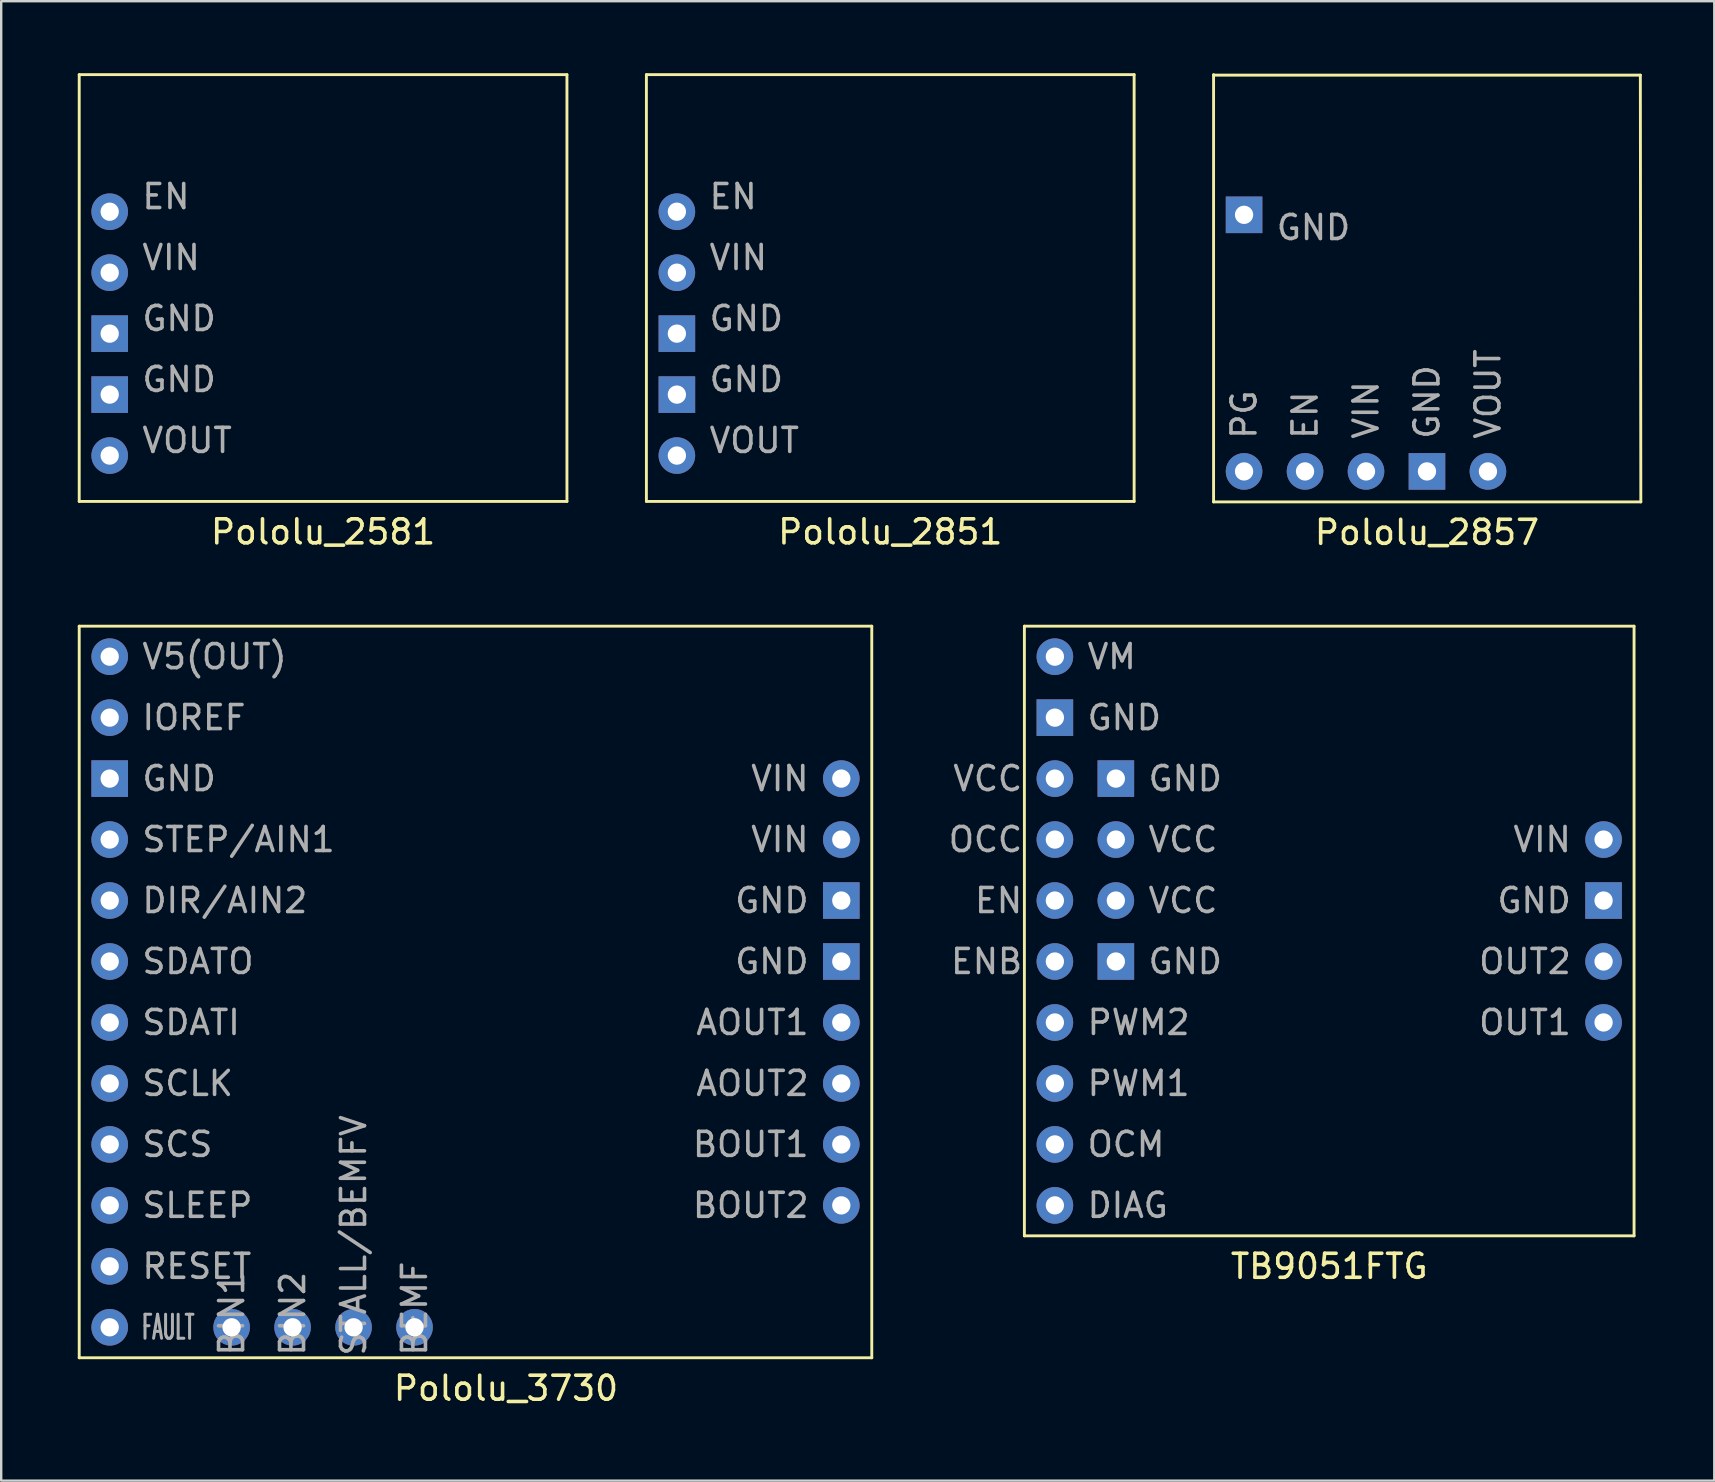
<source format=kicad_pcb>
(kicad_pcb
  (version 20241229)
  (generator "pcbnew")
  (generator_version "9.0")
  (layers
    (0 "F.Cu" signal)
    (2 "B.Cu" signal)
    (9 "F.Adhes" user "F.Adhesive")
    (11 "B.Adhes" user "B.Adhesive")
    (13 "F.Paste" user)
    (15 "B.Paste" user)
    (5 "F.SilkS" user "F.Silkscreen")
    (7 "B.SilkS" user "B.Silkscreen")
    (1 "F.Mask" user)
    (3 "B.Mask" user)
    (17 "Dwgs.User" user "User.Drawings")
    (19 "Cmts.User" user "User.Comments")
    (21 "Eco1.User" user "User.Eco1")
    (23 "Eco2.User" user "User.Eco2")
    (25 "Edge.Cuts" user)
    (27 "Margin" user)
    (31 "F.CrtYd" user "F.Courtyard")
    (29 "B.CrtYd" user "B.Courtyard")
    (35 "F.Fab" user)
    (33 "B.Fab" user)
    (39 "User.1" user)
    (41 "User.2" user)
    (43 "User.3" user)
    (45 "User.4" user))
  (footprint "Pololu_3730"
    (layer "F.Cu")
    (at 0.25 53.518)
    (property "Reference" "Pololu_3730" (at 17.78 1.27 0) (layer "F.SilkS") (effects (font (size 1 1) (thickness 0.15))))
    (attr through_hole)
    (fp_line (start 0 -30.48) (end 33.02 -30.48) (stroke (width 0.12) (type solid)) (layer "F.SilkS"))
    (fp_line (start 0 0) (end 0 -30.48) (stroke (width 0.12) (type solid)) (layer "F.SilkS"))
    (fp_line (start 33.02 -30.48) (end 33.02 0) (stroke (width 0.12) (type solid)) (layer "F.SilkS"))
    (fp_line (start 33.02 0) (end 0 0) (stroke (width 0.12) (type solid)) (layer "F.SilkS"))
    (fp_text user "IOREF" (at 2.54 -26.67 0) (layer "F.Fab") (effects (font (size 1 1) (thickness 0.15)) (justify left)))
    (fp_text user "GND" (at 30.48 -16.51 0) (layer "F.Fab") (effects (font (size 1 1) (thickness 0.15)) (justify right)))
    (fp_text user "DIR/AIN2" (at 2.54 -19.05 0) (layer "F.Fab") (effects (font (size 1 1) (thickness 0.15)) (justify left)))
    (fp_text user "AOUT2" (at 30.48 -11.43 0) (layer "F.Fab") (effects (font (size 1 1) (thickness 0.15)) (justify right)))
    (fp_text user "BIN1" (at 6.35 0 270) (layer "F.Fab") (effects (font (size 1 1) (thickness 0.15)) (justify left)))
    (fp_text user "VIN" (at 30.48 -21.59 0) (layer "F.Fab") (effects (font (size 1 1) (thickness 0.15)) (justify right)))
    (fp_text user "SCS" (at 2.54 -8.89 0) (layer "F.Fab") (effects (font (size 1 1) (thickness 0.15)) (justify left)))
    (fp_text user "BOUT1" (at 30.48 -8.89 0) (layer "F.Fab") (effects (font (size 1 1) (thickness 0.15)) (justify right)))
    (fp_text user "V5(OUT)" (at 2.54 -29.21 0) (layer "F.Fab") (effects (font (size 1 1) (thickness 0.15)) (justify left)))
    (fp_text user "SCLK" (at 2.54 -11.43 0) (layer "F.Fab") (effects (font (size 1 1) (thickness 0.15)) (justify left)))
    (fp_text user "STALL/BEMFV" (at 11.43 0 270) (layer "F.Fab") (effects (font (size 1 1) (thickness 0.15)) (justify left)))
    (fp_text user "GND" (at 2.54 -24.13 0) (layer "F.Fab") (effects (font (size 1 1) (thickness 0.15)) (justify left)))
    (fp_text user "BOUT2" (at 30.48 -6.35 0) (layer "F.Fab") (effects (font (size 1 1) (thickness 0.15)) (justify right)))
    (fp_text user "SDATI" (at 2.54 -13.97 0) (layer "F.Fab") (effects (font (size 1 1) (thickness 0.15)) (justify left)))
    (fp_text user "BIN2" (at 8.89 0 270) (layer "F.Fab") (effects (font (size 1 1) (thickness 0.15)) (justify left)))
    (fp_text user "AOUT1" (at 30.48 -13.97 0) (layer "F.Fab") (effects (font (size 1 1) (thickness 0.15)) (justify right)))
    (fp_text user "STEP/AIN1" (at 2.54 -21.59 0) (layer "F.Fab") (effects (font (size 1 1) (thickness 0.15)) (justify left)))
    (fp_text user "BEMF" (at 13.97 0 270) (layer "F.Fab") (effects (font (size 1 1) (thickness 0.15)) (justify left)))
    (fp_text user "SDATO" (at 2.54 -16.51 0) (layer "F.Fab") (effects (font (size 1 1) (thickness 0.15)) (justify left)))
    (fp_text user "VIN" (at 30.48 -24.13 0) (layer "F.Fab") (effects (font (size 1 1) (thickness 0.15)) (justify right)))
    (fp_text user "FAULT" (at 2.54 -1.27 0) (layer "F.Fab") (effects (font (size 1 0.5) (thickness 0.125)) (justify left)))
    (fp_text user "RESET" (at 2.54 -3.81 0) (layer "F.Fab") (effects (font (size 1 1) (thickness 0.15)) (justify left)))
    (fp_text user "GND" (at 30.48 -19.05 0) (layer "F.Fab") (effects (font (size 1 1) (thickness 0.15)) (justify right)))
    (fp_text user "SLEEP" (at 2.54 -6.35 0) (layer "F.Fab") (effects (font (size 1 1) (thickness 0.15)) (justify left)))
    (pad "1" thru_hole circle (at 1.27 -29.21) (size 1.524 1.524) (drill 0.762) (layers "*.Cu" "*.Mask"))
    (pad "2" thru_hole circle (at 1.27 -26.67) (size 1.524 1.524) (drill 0.762) (layers "*.Cu" "*.Mask"))
    (pad "3" thru_hole rect (at 1.27 -24.13) (size 1.524 1.524) (drill 0.762) (layers "*.Cu" "*.Mask"))
    (pad "4" thru_hole circle (at 1.27 -21.59) (size 1.524 1.524) (drill 0.762) (layers "*.Cu" "*.Mask"))
    (pad "5" thru_hole circle (at 1.27 -19.05) (size 1.524 1.524) (drill 0.762) (layers "*.Cu" "*.Mask"))
    (pad "6" thru_hole circle (at 1.27 -16.51) (size 1.524 1.524) (drill 0.762) (layers "*.Cu" "*.Mask"))
    (pad "7" thru_hole circle (at 1.27 -13.97) (size 1.524 1.524) (drill 0.762) (layers "*.Cu" "*.Mask"))
    (pad "8" thru_hole circle (at 1.27 -11.43) (size 1.524 1.524) (drill 0.762) (layers "*.Cu" "*.Mask"))
    (pad "9" thru_hole circle (at 1.27 -8.89) (size 1.524 1.524) (drill 0.762) (layers "*.Cu" "*.Mask"))
    (pad "10" thru_hole circle (at 1.27 -6.35) (size 1.524 1.524) (drill 0.762) (layers "*.Cu" "*.Mask"))
    (pad "11" thru_hole circle (at 1.27 -3.81) (size 1.524 1.524) (drill 0.762) (layers "*.Cu" "*.Mask"))
    (pad "12" thru_hole circle (at 1.27 -1.27) (size 1.524 1.524) (drill 0.762) (layers "*.Cu" "*.Mask"))
    (pad "13" thru_hole circle (at 6.35 -1.27) (size 1.524 1.524) (drill 0.762) (layers "*.Cu" "*.Mask"))
    (pad "14" thru_hole circle (at 8.89 -1.27) (size 1.524 1.524) (drill 0.762) (layers "*.Cu" "*.Mask"))
    (pad "15" thru_hole circle (at 11.43 -1.27) (size 1.524 1.524) (drill 0.762) (layers "*.Cu" "*.Mask"))
    (pad "16" thru_hole circle (at 13.97 -1.27) (size 1.524 1.524) (drill 0.762) (layers "*.Cu" "*.Mask"))
    (pad "17" thru_hole circle (at 31.75 -6.35) (size 1.524 1.524) (drill 0.762) (layers "*.Cu" "*.Mask"))
    (pad "18" thru_hole circle (at 31.75 -8.89) (size 1.524 1.524) (drill 0.762) (layers "*.Cu" "*.Mask"))
    (pad "19" thru_hole circle (at 31.75 -11.43) (size 1.524 1.524) (drill 0.762) (layers "*.Cu" "*.Mask"))
    (pad "20" thru_hole circle (at 31.75 -13.97) (size 1.524 1.524) (drill 0.762) (layers "*.Cu" "*.Mask"))
    (pad "21" thru_hole rect (at 31.75 -16.51) (size 1.524 1.524) (drill 0.762) (layers "*.Cu" "*.Mask"))
    (pad "22" thru_hole rect (at 31.75 -19.05) (size 1.524 1.524) (drill 0.762) (layers "*.Cu" "*.Mask"))
    (pad "23" thru_hole circle (at 31.75 -21.59) (size 1.524 1.524) (drill 0.762) (layers "*.Cu" "*.Mask"))
    (pad "24" thru_hole circle (at 31.75 -24.13) (size 1.524 1.524) (drill 0.762) (layers "*.Cu" "*.Mask")))
  (footprint "TB9051FTG"
    (layer "F.Cu")
    (at 39.628 48.438)
    (property "Reference" "TB9051FTG" (at 12.7 1.27 0) (layer "F.SilkS") (effects (font (size 1 1) (thickness 0.15))))
    (attr through_hole)
    (fp_line (start 0 -25.4) (end 0 0) (stroke (width 0.12) (type solid)) (layer "F.SilkS"))
    (fp_line (start 0 0) (end 25.4 0) (stroke (width 0.12) (type solid)) (layer "F.SilkS"))
    (fp_line (start 25.4 -25.4) (end 0 -25.4) (stroke (width 0.12) (type solid)) (layer "F.SilkS"))
    (fp_line (start 25.4 0) (end 25.4 -25.4) (stroke (width 0.12) (type solid)) (layer "F.SilkS"))
    (fp_text user "VCC" (at 0 -19.05 0) (layer "F.Fab") (effects (font (size 1 1) (thickness 0.15)) (justify right)))
    (fp_text user "OCC" (at 0 -16.51 0) (layer "F.Fab") (effects (font (size 1 1) (thickness 0.15)) (justify right)))
    (fp_text user "PWM2" (at 2.54 -8.89 0) (layer "F.Fab") (effects (font (size 1 1) (thickness 0.15)) (justify left)))
    (fp_text user "DIAG" (at 2.54 -1.27 0) (layer "F.Fab") (effects (font (size 1 1) (thickness 0.15)) (justify left)))
    (fp_text user "VIN" (at 22.86 -16.51 0) (layer "F.Fab") (effects (font (size 1 1) (thickness 0.15)) (justify right)))
    (fp_text user "OCM" (at 2.54 -3.81 0) (layer "F.Fab") (effects (font (size 1 1) (thickness 0.15)) (justify left)))
    (fp_text user "GND" (at 5.08 -11.43 0) (layer "F.Fab") (effects (font (size 1 1) (thickness 0.15)) (justify left)))
    (fp_text user "GND" (at 22.86 -13.97 0) (layer "F.Fab") (effects (font (size 1 1) (thickness 0.15)) (justify right)))
    (fp_text user "PWM1" (at 2.54 -6.35 0) (layer "F.Fab") (effects (font (size 1 1) (thickness 0.15)) (justify left)))
    (fp_text user "GND" (at 5.08 -19.05 0) (layer "F.Fab") (effects (font (size 1 1) (thickness 0.15)) (justify left)))
    (fp_text user "GND" (at 2.54 -21.59 0) (layer "F.Fab") (effects (font (size 1 1) (thickness 0.15)) (justify left)))
    (fp_text user "VM" (at 2.54 -24.13 0) (layer "F.Fab") (effects (font (size 1 1) (thickness 0.15)) (justify left)))
    (fp_text user "OUT2" (at 22.86 -11.43 0) (layer "F.Fab") (effects (font (size 1 1) (thickness 0.15)) (justify right)))
    (fp_text user "EN" (at 0 -13.97 0) (layer "F.Fab") (effects (font (size 1 1) (thickness 0.15)) (justify right)))
    (fp_text user "VCC" (at 5.08 -16.51 0) (layer "F.Fab") (effects (font (size 1 1) (thickness 0.15)) (justify left)))
    (fp_text user "VCC" (at 5.08 -13.97 0) (layer "F.Fab") (effects (font (size 1 1) (thickness 0.15)) (justify left)))
    (fp_text user "ENB" (at 0 -11.43 0) (layer "F.Fab") (effects (font (size 1 1) (thickness 0.15)) (justify right)))
    (fp_text user "OUT1" (at 22.86 -8.89 0) (layer "F.Fab") (effects (font (size 1 1) (thickness 0.15)) (justify right)))
    (pad "1" thru_hole circle (at 1.27 -24.13) (size 1.524 1.524) (drill 0.762) (layers "*.Cu" "*.Mask"))
    (pad "2" thru_hole rect (at 1.27 -21.59) (size 1.524 1.524) (drill 0.762) (layers "*.Cu" "*.Mask"))
    (pad "3" thru_hole circle (at 1.27 -19.05) (size 1.524 1.524) (drill 0.762) (layers "*.Cu" "*.Mask"))
    (pad "4" thru_hole circle (at 1.27 -16.51) (size 1.524 1.524) (drill 0.762) (layers "*.Cu" "*.Mask"))
    (pad "5" thru_hole circle (at 1.27 -13.97) (size 1.524 1.524) (drill 0.762) (layers "*.Cu" "*.Mask"))
    (pad "6" thru_hole circle (at 1.27 -11.43) (size 1.524 1.524) (drill 0.762) (layers "*.Cu" "*.Mask"))
    (pad "7" thru_hole circle (at 1.27 -8.89) (size 1.524 1.524) (drill 0.762) (layers "*.Cu" "*.Mask"))
    (pad "8" thru_hole circle (at 1.27 -6.35) (size 1.524 1.524) (drill 0.762) (layers "*.Cu" "*.Mask"))
    (pad "9" thru_hole circle (at 1.27 -3.81) (size 1.524 1.524) (drill 0.762) (layers "*.Cu" "*.Mask"))
    (pad "10" thru_hole circle (at 1.27 -1.27) (size 1.524 1.524) (drill 0.762) (layers "*.Cu" "*.Mask"))
    (pad "11" thru_hole rect (at 3.81 -19.05) (size 1.524 1.524) (drill 0.762) (layers "*.Cu" "*.Mask"))
    (pad "12" thru_hole circle (at 3.81 -16.51) (size 1.524 1.524) (drill 0.762) (layers "*.Cu" "*.Mask"))
    (pad "13" thru_hole circle (at 3.81 -13.97) (size 1.524 1.524) (drill 0.762) (layers "*.Cu" "*.Mask"))
    (pad "14" thru_hole rect (at 3.81 -11.43) (size 1.524 1.524) (drill 0.762) (layers "*.Cu" "*.Mask"))
    (pad "15" thru_hole circle (at 24.13 -16.51) (size 1.524 1.524) (drill 0.762) (layers "*.Cu" "*.Mask"))
    (pad "16" thru_hole rect (at 24.13 -13.97) (size 1.524 1.524) (drill 0.762) (layers "*.Cu" "*.Mask"))
    (pad "17" thru_hole circle (at 24.13 -11.43) (size 1.524 1.524) (drill 0.762) (layers "*.Cu" "*.Mask"))
    (pad "18" thru_hole circle (at 24.13 -8.89) (size 1.524 1.524) (drill 0.762) (layers "*.Cu" "*.Mask")))
  (footprint "Pololu_2851"
    (layer "F.Cu")
    (at 23.88 17.84)
    (property "Reference" "Pololu_2851" (at 10.16 1.27 0) (layer "F.SilkS") (effects (font (size 1 1) (thickness 0.15))))
    (attr through_hole)
    (fp_line (start 0 -17.78) (end 0 0) (stroke (width 0.12) (type solid)) (layer "F.SilkS"))
    (fp_line (start 0 0) (end 20.32 0) (stroke (width 0.12) (type solid)) (layer "F.SilkS"))
    (fp_line (start 20.32 -17.78) (end 0 -17.78) (stroke (width 0.12) (type solid)) (layer "F.SilkS"))
    (fp_line (start 20.32 0) (end 20.32 -17.78) (stroke (width 0.12) (type solid)) (layer "F.SilkS"))
    (fp_text user "GND" (at 2.54 -7.62 0) (layer "F.Fab") (effects (font (size 1 1) (thickness 0.15)) (justify left)))
    (fp_text user "GND" (at 2.54 -5.08 0) (layer "F.Fab") (effects (font (size 1 1) (thickness 0.15)) (justify left)))
    (fp_text user "VOUT" (at 2.54 -2.54 0) (layer "F.Fab") (effects (font (size 1 1) (thickness 0.15)) (justify left)))
    (fp_text user "EN" (at 2.54 -12.7 0) (layer "F.Fab") (effects (font (size 1 1) (thickness 0.15)) (justify left)))
    (fp_text user "VIN" (at 2.54 -10.16 0) (layer "F.Fab") (effects (font (size 1 1) (thickness 0.15)) (justify left)))
    (pad "1" thru_hole circle (at 1.27 -12.07) (size 1.524 1.524) (drill 0.762) (layers "*.Cu" "*.Mask"))
    (pad "2" thru_hole circle (at 1.27 -9.53) (size 1.524 1.524) (drill 0.762) (layers "*.Cu" "*.Mask"))
    (pad "3" thru_hole rect (at 1.27 -6.99) (size 1.524 1.524) (drill 0.762) (layers "*.Cu" "*.Mask"))
    (pad "4" thru_hole rect (at 1.27 -4.45) (size 1.524 1.524) (drill 0.762) (layers "*.Cu" "*.Mask"))
    (pad "5" thru_hole circle (at 1.27 -1.91) (size 1.524 1.524) (drill 0.762) (layers "*.Cu" "*.Mask")))
  (footprint "Pololu_2857"
    (layer "F.Cu")
    (at 47.51 17.86)
    (property "Reference" "Pololu_2857" (at 8.89 1.27 0) (layer "F.SilkS") (effects (font (size 1 1) (thickness 0.15))))
    (attr through_hole)
    (fp_line (start 0 -17.78) (end 17.78 -17.78) (stroke (width 0.12) (type solid)) (layer "F.SilkS"))
    (fp_line (start 0 0) (end 0 -17.8) (stroke (width 0.12) (type solid)) (layer "F.SilkS"))
    (fp_line (start 0 0) (end 17.8 0) (stroke (width 0.12) (type solid)) (layer "F.SilkS"))
    (fp_line (start 17.78 -17.78) (end 17.8 0) (stroke (width 0.12) (type solid)) (layer "F.SilkS"))
    (fp_text user "GND" (at 8.89 -2.54 90) (layer "F.Fab") (effects (font (size 1 1) (thickness 0.15)) (justify left)))
    (fp_text user "PG" (at 1.27 -2.54 90) (layer "F.Fab") (effects (font (size 1 1) (thickness 0.15)) (justify left)))
    (fp_text user "GND" (at 2.54 -11.43 0) (layer "F.Fab") (effects (font (size 1 1) (thickness 0.15)) (justify left)))
    (fp_text user "VIN" (at 6.35 -2.54 90) (layer "F.Fab") (effects (font (size 1 1) (thickness 0.15)) (justify left)))
    (fp_text user "VOUT" (at 11.43 -2.54 90) (layer "F.Fab") (effects (font (size 1 1) (thickness 0.15)) (justify left)))
    (fp_text user "EN" (at 3.81 -2.54 90) (layer "F.Fab") (effects (font (size 1 1) (thickness 0.15)) (justify left)))
    (pad "1" thru_hole circle (at 1.27 -1.27) (size 1.524 1.524) (drill 0.762) (layers "*.Cu" "*.Mask"))
    (pad "2" thru_hole circle (at 3.81 -1.27) (size 1.524 1.524) (drill 0.762) (layers "*.Cu" "*.Mask"))
    (pad "3" thru_hole circle (at 6.35 -1.27) (size 1.524 1.524) (drill 0.762) (layers "*.Cu" "*.Mask"))
    (pad "4" thru_hole rect (at 8.89 -1.27) (size 1.524 1.524) (drill 0.762) (layers "*.Cu" "*.Mask"))
    (pad "5" thru_hole circle (at 11.43 -1.27) (size 1.524 1.524) (drill 0.762) (layers "*.Cu" "*.Mask"))
    (pad "6" thru_hole rect (at 1.27 -11.96) (size 1.524 1.524) (drill 0.762) (layers "*.Cu" "*.Mask")))
  (footprint "Pololu_2581"
    (layer "F.Cu")
    (at 0.25 17.84)
    (property "Reference" "Pololu_2581" (at 10.16 1.27 0) (layer "F.SilkS") (effects (font (size 1 1) (thickness 0.15))))
    (attr through_hole)
    (fp_line (start 0 -17.78) (end 0 0) (stroke (width 0.12) (type solid)) (layer "F.SilkS"))
    (fp_line (start 0 0) (end 20.32 0) (stroke (width 0.12) (type solid)) (layer "F.SilkS"))
    (fp_line (start 20.32 -17.78) (end 0 -17.78) (stroke (width 0.12) (type solid)) (layer "F.SilkS"))
    (fp_line (start 20.32 0) (end 20.32 -17.78) (stroke (width 0.12) (type solid)) (layer "F.SilkS"))
    (fp_text user "VOUT" (at 2.54 -2.54 0) (layer "F.Fab") (effects (font (size 1 1) (thickness 0.15)) (justify left)))
    (fp_text user "VIN" (at 2.54 -10.16 0) (layer "F.Fab") (effects (font (size 1 1) (thickness 0.15)) (justify left)))
    (fp_text user "GND" (at 2.54 -5.08 0) (layer "F.Fab") (effects (font (size 1 1) (thickness 0.15)) (justify left)))
    (fp_text user "GND" (at 2.54 -7.62 0) (layer "F.Fab") (effects (font (size 1 1) (thickness 0.15)) (justify left)))
    (fp_text user "EN" (at 2.54 -12.7 0) (layer "F.Fab") (effects (font (size 1 1) (thickness 0.15)) (justify left)))
    (pad "1" thru_hole circle (at 1.27 -12.07) (size 1.524 1.524) (drill 0.762) (layers "*.Cu" "*.Mask"))
    (pad "2" thru_hole circle (at 1.27 -9.53) (size 1.524 1.524) (drill 0.762) (layers "*.Cu" "*.Mask"))
    (pad "3" thru_hole rect (at 1.27 -6.99) (size 1.524 1.524) (drill 0.762) (layers "*.Cu" "*.Mask"))
    (pad "4" thru_hole rect (at 1.27 -4.45) (size 1.524 1.524) (drill 0.762) (layers "*.Cu" "*.Mask"))
    (pad "5" thru_hole circle (at 1.27 -1.91) (size 1.524 1.524) (drill 0.762) (layers "*.Cu" "*.Mask")))
  (gr_rect
    (start -3 -3)
    (end 68.37 58.636)
    (stroke (width 0.1) (type default))
    (fill no)
    (layer "Edge.Cuts")))
</source>
